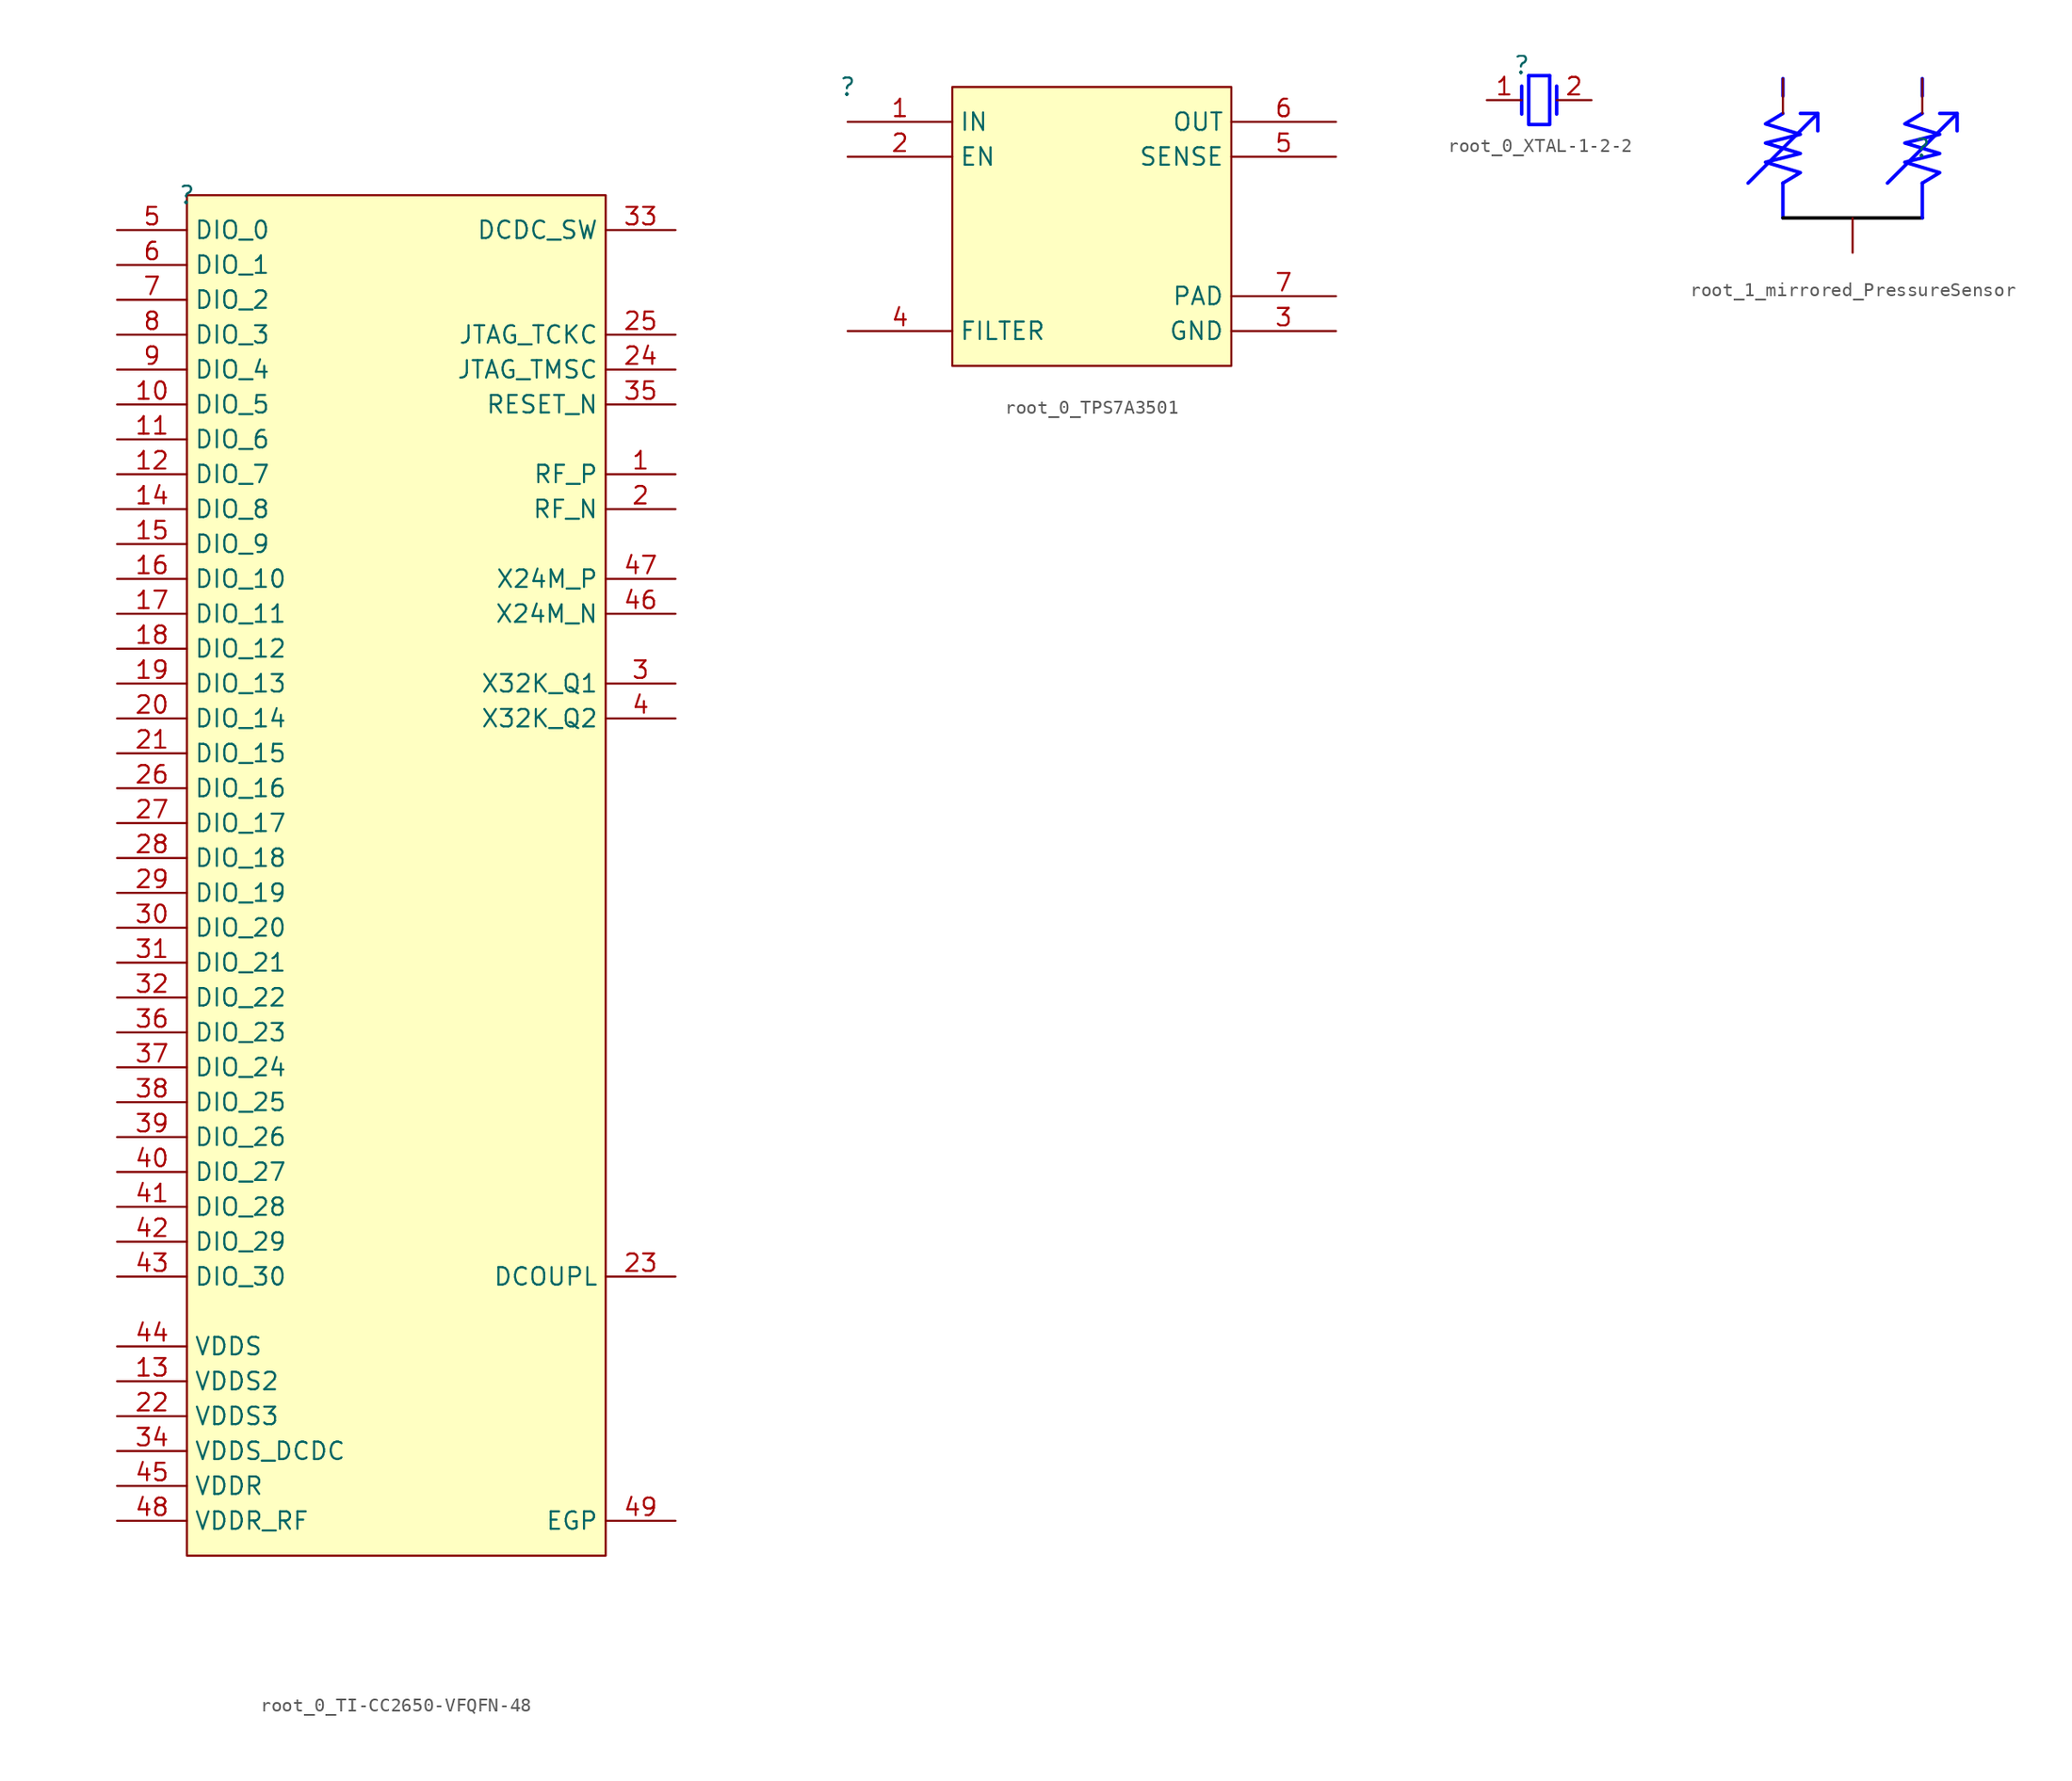
<source format=kicad_sym>
(kicad_symbol_lib
  (version 20220914)
  (generator kicad_symbol_editor)
  (symbol "root_0_TI-CC2650-VFQFN-48"
    (property "Reference" ""
      (at 0 0 0)
      (effects (font (size 1.27 1.27))))
    (property "Value" ""
      (at 0 0 0)
      (effects (font (size 1.27 1.27))))
    (symbol "root_0_TI-CC2650-VFQFN-48_1_0"
      (rectangle (start 30.48 0) (end 0 -99.06) (stroke (width 0) (type solid)) (fill (type background)))
      (pin bidirectional line (at 35.56 -20.32 180) (length 5.08) (name "RF_P" (effects (font (size 1.27 1.27)))) (number "1" (effects (font (size 1.27 1.27)))))
      (pin bidirectional line (at -5.08 -15.24 0) (length 5.08) (name "DIO_5" (effects (font (size 1.27 1.27)))) (number "10" (effects (font (size 1.27 1.27)))))
      (pin bidirectional line (at -5.08 -17.78 0) (length 5.08) (name "DIO_6" (effects (font (size 1.27 1.27)))) (number "11" (effects (font (size 1.27 1.27)))))
      (pin bidirectional line (at -5.08 -20.32 0) (length 5.08) (name "DIO_7" (effects (font (size 1.27 1.27)))) (number "12" (effects (font (size 1.27 1.27)))))
      (pin power_in line (at -5.08 -86.36 0) (length 5.08) (name "VDDS2" (effects (font (size 1.27 1.27)))) (number "13" (effects (font (size 1.27 1.27)))))
      (pin bidirectional line (at -5.08 -22.86 0) (length 5.08) (name "DIO_8" (effects (font (size 1.27 1.27)))) (number "14" (effects (font (size 1.27 1.27)))))
      (pin bidirectional line (at -5.08 -25.4 0) (length 5.08) (name "DIO_9" (effects (font (size 1.27 1.27)))) (number "15" (effects (font (size 1.27 1.27)))))
      (pin bidirectional line (at -5.08 -27.94 0) (length 5.08) (name "DIO_10" (effects (font (size 1.27 1.27)))) (number "16" (effects (font (size 1.27 1.27)))))
      (pin bidirectional line (at -5.08 -30.48 0) (length 5.08) (name "DIO_11" (effects (font (size 1.27 1.27)))) (number "17" (effects (font (size 1.27 1.27)))))
      (pin bidirectional line (at -5.08 -33.02 0) (length 5.08) (name "DIO_12" (effects (font (size 1.27 1.27)))) (number "18" (effects (font (size 1.27 1.27)))))
      (pin bidirectional line (at -5.08 -35.56 0) (length 5.08) (name "DIO_13" (effects (font (size 1.27 1.27)))) (number "19" (effects (font (size 1.27 1.27)))))
      (pin bidirectional line (at 35.56 -22.86 180) (length 5.08) (name "RF_N" (effects (font (size 1.27 1.27)))) (number "2" (effects (font (size 1.27 1.27)))))
      (pin bidirectional line (at -5.08 -38.1 0) (length 5.08) (name "DIO_14" (effects (font (size 1.27 1.27)))) (number "20" (effects (font (size 1.27 1.27)))))
      (pin bidirectional line (at -5.08 -40.64 0) (length 5.08) (name "DIO_15" (effects (font (size 1.27 1.27)))) (number "21" (effects (font (size 1.27 1.27)))))
      (pin power_in line (at -5.08 -88.9 0) (length 5.08) (name "VDDS3" (effects (font (size 1.27 1.27)))) (number "22" (effects (font (size 1.27 1.27)))))
      (pin passive line (at 35.56 -78.74 180) (length 5.08) (name "DCOUPL" (effects (font (size 1.27 1.27)))) (number "23" (effects (font (size 1.27 1.27)))))
      (pin bidirectional line (at 35.56 -12.7 180) (length 5.08) (name "JTAG_TMSC" (effects (font (size 1.27 1.27)))) (number "24" (effects (font (size 1.27 1.27)))))
      (pin bidirectional line (at 35.56 -10.16 180) (length 5.08) (name "JTAG_TCKC" (effects (font (size 1.27 1.27)))) (number "25" (effects (font (size 1.27 1.27)))))
      (pin bidirectional line (at -5.08 -43.18 0) (length 5.08) (name "DIO_16" (effects (font (size 1.27 1.27)))) (number "26" (effects (font (size 1.27 1.27)))))
      (pin bidirectional line (at -5.08 -45.72 0) (length 5.08) (name "DIO_17" (effects (font (size 1.27 1.27)))) (number "27" (effects (font (size 1.27 1.27)))))
      (pin bidirectional line (at -5.08 -48.26 0) (length 5.08) (name "DIO_18" (effects (font (size 1.27 1.27)))) (number "28" (effects (font (size 1.27 1.27)))))
      (pin bidirectional line (at -5.08 -50.8 0) (length 5.08) (name "DIO_19" (effects (font (size 1.27 1.27)))) (number "29" (effects (font (size 1.27 1.27)))))
      (pin passive line (at 35.56 -35.56 180) (length 5.08) (name "X32K_Q1" (effects (font (size 1.27 1.27)))) (number "3" (effects (font (size 1.27 1.27)))))
      (pin bidirectional line (at -5.08 -53.34 0) (length 5.08) (name "DIO_20" (effects (font (size 1.27 1.27)))) (number "30" (effects (font (size 1.27 1.27)))))
      (pin bidirectional line (at -5.08 -55.88 0) (length 5.08) (name "DIO_21" (effects (font (size 1.27 1.27)))) (number "31" (effects (font (size 1.27 1.27)))))
      (pin bidirectional line (at -5.08 -58.42 0) (length 5.08) (name "DIO_22" (effects (font (size 1.27 1.27)))) (number "32" (effects (font (size 1.27 1.27)))))
      (pin power_in line (at 35.56 -2.54 180) (length 5.08) (name "DCDC_SW" (effects (font (size 1.27 1.27)))) (number "33" (effects (font (size 1.27 1.27)))))
      (pin power_in line (at -5.08 -91.44 0) (length 5.08) (name "VDDS_DCDC" (effects (font (size 1.27 1.27)))) (number "34" (effects (font (size 1.27 1.27)))))
      (pin input line (at 35.56 -15.24 180) (length 5.08) (name "RESET_N" (effects (font (size 1.27 1.27)))) (number "35" (effects (font (size 1.27 1.27)))))
      (pin bidirectional line (at -5.08 -60.96 0) (length 5.08) (name "DIO_23" (effects (font (size 1.27 1.27)))) (number "36" (effects (font (size 1.27 1.27)))))
      (pin bidirectional line (at -5.08 -63.5 0) (length 5.08) (name "DIO_24" (effects (font (size 1.27 1.27)))) (number "37" (effects (font (size 1.27 1.27)))))
      (pin bidirectional line (at -5.08 -66.04 0) (length 5.08) (name "DIO_25" (effects (font (size 1.27 1.27)))) (number "38" (effects (font (size 1.27 1.27)))))
      (pin bidirectional line (at -5.08 -68.58 0) (length 5.08) (name "DIO_26" (effects (font (size 1.27 1.27)))) (number "39" (effects (font (size 1.27 1.27)))))
      (pin passive line (at 35.56 -38.1 180) (length 5.08) (name "X32K_Q2" (effects (font (size 1.27 1.27)))) (number "4" (effects (font (size 1.27 1.27)))))
      (pin bidirectional line (at -5.08 -71.12 0) (length 5.08) (name "DIO_27" (effects (font (size 1.27 1.27)))) (number "40" (effects (font (size 1.27 1.27)))))
      (pin bidirectional line (at -5.08 -73.66 0) (length 5.08) (name "DIO_28" (effects (font (size 1.27 1.27)))) (number "41" (effects (font (size 1.27 1.27)))))
      (pin bidirectional line (at -5.08 -76.2 0) (length 5.08) (name "DIO_29" (effects (font (size 1.27 1.27)))) (number "42" (effects (font (size 1.27 1.27)))))
      (pin bidirectional line (at -5.08 -78.74 0) (length 5.08) (name "DIO_30" (effects (font (size 1.27 1.27)))) (number "43" (effects (font (size 1.27 1.27)))))
      (pin power_in line (at -5.08 -83.82 0) (length 5.08) (name "VDDS" (effects (font (size 1.27 1.27)))) (number "44" (effects (font (size 1.27 1.27)))))
      (pin power_in line (at -5.08 -93.98 0) (length 5.08) (name "VDDR" (effects (font (size 1.27 1.27)))) (number "45" (effects (font (size 1.27 1.27)))))
      (pin passive line (at 35.56 -30.48 180) (length 5.08) (name "X24M_N" (effects (font (size 1.27 1.27)))) (number "46" (effects (font (size 1.27 1.27)))))
      (pin passive line (at 35.56 -27.94 180) (length 5.08) (name "X24M_P" (effects (font (size 1.27 1.27)))) (number "47" (effects (font (size 1.27 1.27)))))
      (pin power_in line (at -5.08 -96.52 0) (length 5.08) (name "VDDR_RF" (effects (font (size 1.27 1.27)))) (number "48" (effects (font (size 1.27 1.27)))))
      (pin power_in line (at 35.56 -96.52 180) (length 5.08) (name "EGP" (effects (font (size 1.27 1.27)))) (number "49" (effects (font (size 1.27 1.27)))))
      (pin bidirectional line (at -5.08 -2.54 0) (length 5.08) (name "DIO_0" (effects (font (size 1.27 1.27)))) (number "5" (effects (font (size 1.27 1.27)))))
      (pin bidirectional line (at -5.08 -5.08 0) (length 5.08) (name "DIO_1" (effects (font (size 1.27 1.27)))) (number "6" (effects (font (size 1.27 1.27)))))
      (pin bidirectional line (at -5.08 -7.62 0) (length 5.08) (name "DIO_2" (effects (font (size 1.27 1.27)))) (number "7" (effects (font (size 1.27 1.27)))))
      (pin bidirectional line (at -5.08 -10.16 0) (length 5.08) (name "DIO_3" (effects (font (size 1.27 1.27)))) (number "8" (effects (font (size 1.27 1.27)))))
      (pin bidirectional line (at -5.08 -12.7 0) (length 5.08) (name "DIO_4" (effects (font (size 1.27 1.27)))) (number "9" (effects (font (size 1.27 1.27)))))))
  (symbol "root_0_TPS7A3501"
    (property "Reference" ""
      (at 0 0 0)
      (effects (font (size 1.27 1.27))))
    (property "Value" ""
      (at 0 0 0)
      (effects (font (size 1.27 1.27))))
    (symbol "root_0_TPS7A3501_1_0"
      (rectangle (start 27.94 0) (end 7.62 -20.32) (stroke (width 0) (type solid)) (fill (type background)))
      (pin power_in line (at 0 -2.54 0) (length 7.62) (name "IN" (effects (font (size 1.27 1.27)))) (number "1" (effects (font (size 1.27 1.27)))))
      (pin input line (at 0 -5.08 0) (length 7.62) (name "EN" (effects (font (size 1.27 1.27)))) (number "2" (effects (font (size 1.27 1.27)))))
      (pin power_in line (at 35.56 -17.78 180) (length 7.62) (name "GND" (effects (font (size 1.27 1.27)))) (number "3" (effects (font (size 1.27 1.27)))))
      (pin passive line (at 0 -17.78 0) (length 7.62) (name "FILTER" (effects (font (size 1.27 1.27)))) (number "4" (effects (font (size 1.27 1.27)))))
      (pin power_in line (at 35.56 -5.08 180) (length 7.62) (name "SENSE" (effects (font (size 1.27 1.27)))) (number "5" (effects (font (size 1.27 1.27)))))
      (pin power_in line (at 35.56 -2.54 180) (length 7.62) (name "OUT" (effects (font (size 1.27 1.27)))) (number "6" (effects (font (size 1.27 1.27)))))
      (pin power_in line (at 35.56 -15.24 180) (length 7.62) (name "PAD" (effects (font (size 1.27 1.27)))) (number "7" (effects (font (size 1.27 1.27)))))))
  (symbol "root_0_XTAL-1-2-2"
    (property "Reference" ""
      (at 0 0 0)
      (effects (font (size 1.27 1.27))))
    (property "Value" ""
      (at 0 0 0)
      (effects (font (size 1.27 1.27))))
    (symbol "root_0_XTAL-1-2-2_1_0"
      (polyline (pts (xy 0 -1.524) (xy 0 -3.556)) (stroke (width 0.254) (type solid) (color 0 0 255 1)) (fill (type none)))
      (polyline (pts (xy 0.508 -0.762) (xy 2.032 -0.762)) (stroke (width 0.254) (type solid) (color 0 0 255 1)) (fill (type none)))
      (polyline (pts (xy 2.54 -1.524) (xy 2.54 -3.556)) (stroke (width 0.254) (type solid) (color 0 0 255 1)) (fill (type none)))
      (polyline (pts (xy 2.032 -0.762) (xy 2.032 -4.318) (xy 0.508 -4.318) (xy 0.508 -0.762)) (stroke (width 0.254) (type solid) (color 0 0 255 1)) (fill (type none)))
      (pin passive line (at -2.54 -2.54 0) (length 2.54) (name "1" (effects (font (size 0 0)))) (number "1" (effects (font (size 1.27 1.27)))))
      (pin passive line (at 5.08 -2.54 180) (length 2.54) (name "2" (effects (font (size 0 0)))) (number "2" (effects (font (size 1.27 1.27)))))))
  (symbol "root_1_mirrored_PressureSensor"
    (property "Reference" ""
      (at 0 0 0)
      (effects (font (size 1.27 1.27))))
    (property "Value" ""
      (at 0 0 0)
      (effects (font (size 1.27 1.27))))
    (symbol "root_1_mirrored_PressureSensor_1_0"
      (polyline (pts (xy -10.16 -5.08) (xy -10.16 -2.54)) (stroke (width 0.254) (type solid) (color 0 0 255 1)) (fill (type none)))
      (polyline (pts (xy -10.16 -5.08) (xy 0 -5.08)) (stroke (width 0.254) (type solid) (color 0 0 0 1)) (fill (type none)))
      (polyline (pts (xy -10.16 3.81) (xy -10.16 5.08)) (stroke (width 0.254) (type solid) (color 0 0 255 1)) (fill (type none)))
      (polyline (pts (xy -7.62 2.54) (xy -8.89 2.54)) (stroke (width 0.254) (type solid) (color 0 0 255 1)) (fill (type none)))
      (polyline (pts (xy 0 -5.08) (xy 0 -2.54)) (stroke (width 0.254) (type solid) (color 0 0 255 1)) (fill (type none)))
      (polyline (pts (xy 0 3.81) (xy 0 5.08)) (stroke (width 0.254) (type solid) (color 0 0 255 1)) (fill (type none)))
      (polyline (pts (xy 2.54 2.54) (xy 1.27 2.54)) (stroke (width 0.254) (type solid) (color 0 0 255 1)) (fill (type none)))
      (polyline (pts (xy -12.7 -2.54) (xy -7.62 2.54) (xy -7.62 1.27)) (stroke (width 0.254) (type solid) (color 0 0 255 1)) (fill (type none)))
      (polyline (pts (xy -2.54 -2.54) (xy 2.54 2.54) (xy 2.54 1.27)) (stroke (width 0.254) (type solid) (color 0 0 255 1)) (fill (type none)))
      (polyline (pts (xy -10.16 -2.54) (xy -8.89 -1.778) (xy -11.43 -1.016) (xy -8.89 -0.381) (xy -11.43 0.381) (xy -8.89 1.016) (xy -11.43 1.778) (xy -10.16 2.54)) (stroke (width 0.254) (type solid) (color 0 0 255 1)) (fill (type none)))
      (polyline (pts (xy 0 -2.54) (xy 1.27 -1.778) (xy -1.27 -1.016) (xy 1.27 -0.381) (xy -1.27 0.381) (xy 1.27 1.016) (xy -1.27 1.778) (xy 0 2.54)) (stroke (width 0.254) (type solid) (color 0 0 255 1)) (fill (type none)))
      (pin passive line (at -5.08 -7.62 90) (length 2.54) (name "24" (effects (font (size 0 0)))) (number "1" (effects (font (size 0 0)))))
      (pin passive line (at 0 5.08 270) (length 2.54) (name "2" (effects (font (size 0 0)))) (number "2" (effects (font (size 0 0)))))
      (pin passive line (at -10.16 5.08 270) (length 2.54) (name "3" (effects (font (size 0 0)))) (number "3" (effects (font (size 0 0))))))))
</source>
